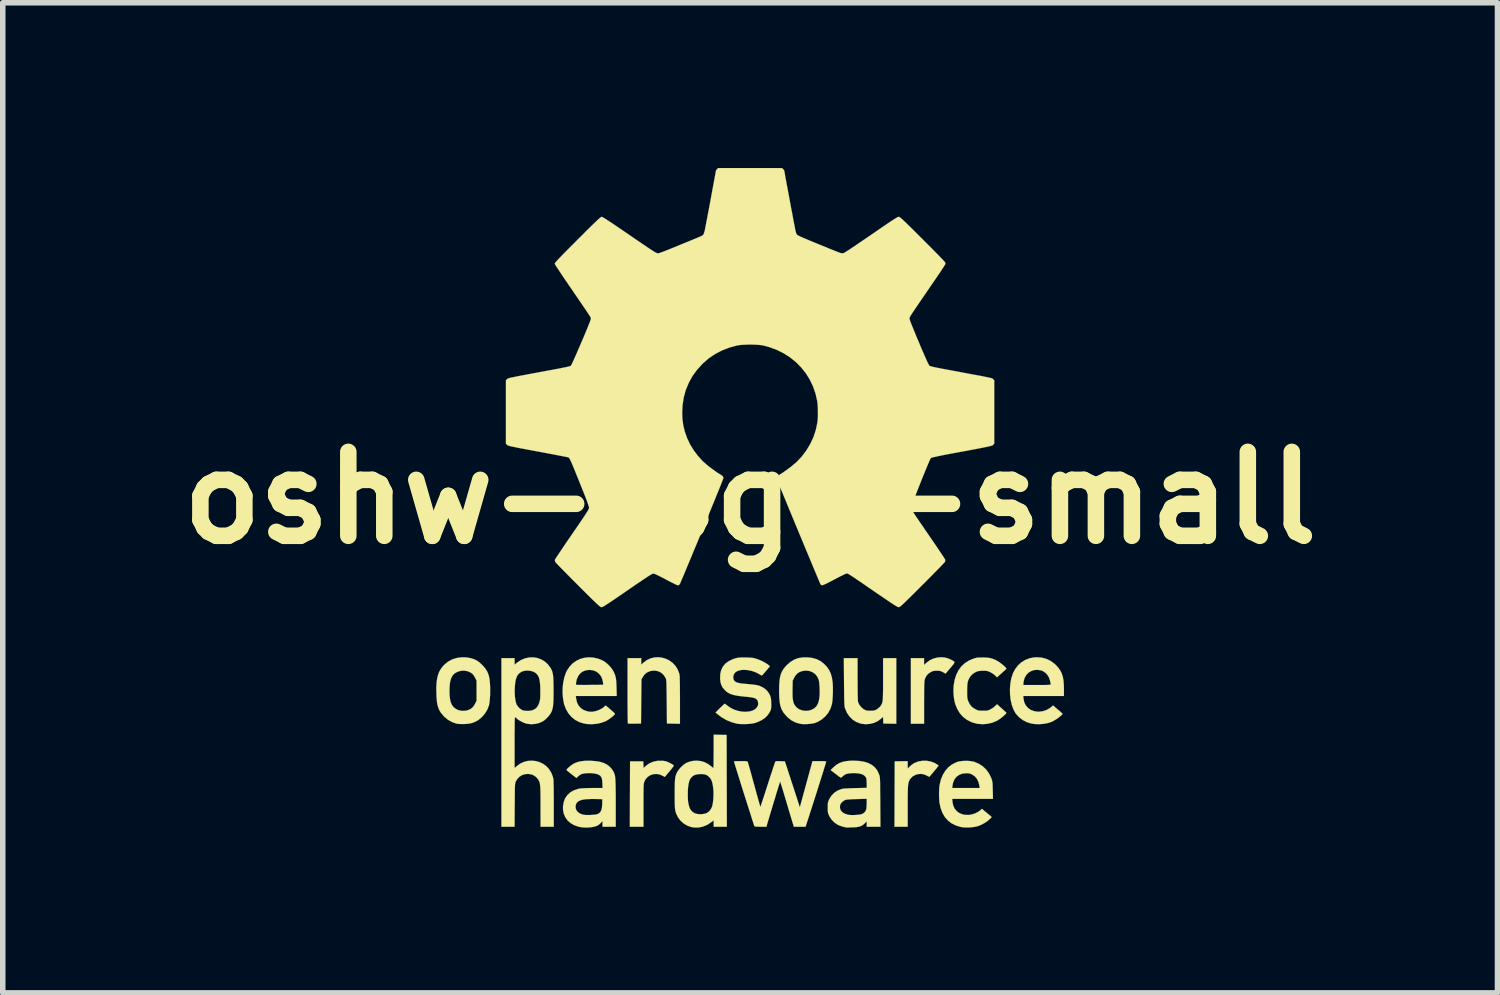
<source format=kicad_pcb>
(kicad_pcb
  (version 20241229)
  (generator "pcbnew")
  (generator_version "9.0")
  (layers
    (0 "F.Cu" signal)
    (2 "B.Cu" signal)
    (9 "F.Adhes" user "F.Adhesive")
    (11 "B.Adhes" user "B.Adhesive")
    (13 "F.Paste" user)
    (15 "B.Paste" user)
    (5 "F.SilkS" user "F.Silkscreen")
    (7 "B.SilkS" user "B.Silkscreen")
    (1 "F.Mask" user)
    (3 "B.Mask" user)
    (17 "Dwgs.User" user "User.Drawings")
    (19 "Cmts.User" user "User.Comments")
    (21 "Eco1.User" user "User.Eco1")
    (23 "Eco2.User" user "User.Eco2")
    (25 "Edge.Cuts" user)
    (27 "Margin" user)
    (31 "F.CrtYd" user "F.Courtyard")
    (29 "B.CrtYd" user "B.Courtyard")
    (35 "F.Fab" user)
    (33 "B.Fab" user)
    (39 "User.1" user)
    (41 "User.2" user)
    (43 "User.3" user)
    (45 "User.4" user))
  (footprint "oshw-logo-small"
    (layer "F.Cu")
    (at 10.566 5.987)
    (property "Reference" "oshw-logo-small" (at 0 0 0) (layer "F.SilkS") (effects (font (size 1.524 1.524) (thickness 0.3))))
    (attr through_hole)
    (fp_poly (pts (xy 3.529 2.898) (xy 3.586 2.912) (xy 3.644 2.937) (xy 3.677 2.954) (xy 3.699 2.967) (xy 3.709 2.98) (xy 3.707 2.996) (xy 3.694 3.018) (xy 3.67 3.047) (xy 3.656 3.064) (xy 3.629 3.096) (xy 3.603 3.126) (xy 3.582 3.151) (xy 3.571 3.165) (xy 3.549 3.191) (xy 3.5 3.164) (xy 3.472 3.15) (xy 3.448 3.142) (xy 3.421 3.138) (xy 3.389 3.138) (xy 3.353 3.139) (xy 3.325 3.143) (xy 3.299 3.153) (xy 3.279 3.163) (xy 3.23 3.196) (xy 3.194 3.241) (xy 3.171 3.295) (xy 3.167 3.308) (xy 3.165 3.328) (xy 3.163 3.363) (xy 3.161 3.414) (xy 3.16 3.479) (xy 3.159 3.558) (xy 3.159 3.65) (xy 3.158 3.725) (xy 3.158 4.101) (xy 2.919 4.101) (xy 2.919 2.91) (xy 3.158 2.91) (xy 3.158 3.034) (xy 3.196 2.998) (xy 3.256 2.952) (xy 3.325 2.919) (xy 3.401 2.899) (xy 3.469 2.894) (xy 3.529 2.898)) (stroke (width 0.003) (type solid)) (fill yes) (layer "F.SilkS"))
    (fp_poly (pts (xy -1.593 4.773) (xy -1.558 4.777) (xy -1.528 4.782) (xy -1.5 4.793) (xy -1.465 4.809) (xy -1.455 4.814) (xy -1.425 4.83) (xy -1.401 4.845) (xy -1.387 4.856) (xy -1.385 4.86) (xy -1.39 4.87) (xy -1.404 4.89) (xy -1.425 4.918) (xy -1.451 4.95) (xy -1.467 4.969) (xy -1.549 5.067) (xy -1.593 5.042) (xy -1.647 5.02) (xy -1.703 5.012) (xy -1.758 5.017) (xy -1.81 5.034) (xy -1.856 5.063) (xy -1.893 5.102) (xy -1.918 5.148) (xy -1.922 5.159) (xy -1.925 5.17) (xy -1.928 5.184) (xy -1.93 5.201) (xy -1.932 5.223) (xy -1.933 5.252) (xy -1.934 5.289) (xy -1.934 5.336) (xy -1.935 5.394) (xy -1.935 5.465) (xy -1.935 5.55) (xy -1.935 5.581) (xy -1.935 5.97) (xy -2.183 5.97) (xy -2.181 5.376) (xy -2.179 4.783) (xy -1.939 4.783) (xy -1.936 4.844) (xy -1.934 4.904) (xy -1.893 4.867) (xy -1.83 4.821) (xy -1.76 4.791) (xy -1.682 4.774) (xy -1.596 4.773) (xy -1.593 4.773)) (stroke (width 0.003) (type solid)) (fill yes) (layer "F.SilkS"))
    (fp_poly (pts (xy 3.206 4.773) (xy 3.281 4.787) (xy 3.351 4.814) (xy 3.378 4.829) (xy 3.4 4.844) (xy 3.416 4.854) (xy 3.422 4.858) (xy 3.418 4.865) (xy 3.405 4.882) (xy 3.385 4.908) (xy 3.359 4.939) (xy 3.344 4.958) (xy 3.315 4.992) (xy 3.29 5.022) (xy 3.271 5.045) (xy 3.259 5.059) (xy 3.257 5.062) (xy 3.248 5.062) (xy 3.23 5.054) (xy 3.21 5.043) (xy 3.159 5.02) (xy 3.104 5.011) (xy 3.048 5.015) (xy 2.995 5.032) (xy 2.947 5.06) (xy 2.909 5.099) (xy 2.906 5.104) (xy 2.896 5.119) (xy 2.887 5.135) (xy 2.88 5.153) (xy 2.875 5.174) (xy 2.87 5.2) (xy 2.867 5.232) (xy 2.864 5.272) (xy 2.863 5.322) (xy 2.862 5.382) (xy 2.861 5.456) (xy 2.861 5.543) (xy 2.861 5.599) (xy 2.861 5.97) (xy 2.621 5.97) (xy 2.625 4.783) (xy 2.861 4.779) (xy 2.861 4.914) (xy 2.905 4.872) (xy 2.932 4.848) (xy 2.961 4.827) (xy 2.983 4.813) (xy 3.053 4.786) (xy 3.129 4.773) (xy 3.206 4.773)) (stroke (width 0.003) (type solid)) (fill yes) (layer "F.SilkS"))
    (fp_poly (pts (xy -1.599 2.901) (xy -1.531 2.921) (xy -1.466 2.953) (xy -1.408 2.995) (xy -1.357 3.048) (xy -1.317 3.111) (xy -1.288 3.183) (xy -1.285 3.193) (xy -1.283 3.206) (xy -1.28 3.224) (xy -1.278 3.249) (xy -1.277 3.281) (xy -1.276 3.322) (xy -1.275 3.374) (xy -1.274 3.437) (xy -1.274 3.513) (xy -1.273 3.604) (xy -1.273 3.669) (xy -1.273 4.101) (xy -1.391 4.099) (xy -1.509 4.097) (xy -1.513 3.7) (xy -1.514 3.609) (xy -1.515 3.533) (xy -1.516 3.47) (xy -1.517 3.419) (xy -1.518 3.379) (xy -1.519 3.348) (xy -1.521 3.324) (xy -1.523 3.306) (xy -1.525 3.293) (xy -1.529 3.282) (xy -1.532 3.273) (xy -1.537 3.264) (xy -1.571 3.213) (xy -1.615 3.174) (xy -1.666 3.148) (xy -1.724 3.136) (xy -1.785 3.139) (xy -1.816 3.146) (xy -1.872 3.17) (xy -1.917 3.207) (xy -1.947 3.25) (xy -1.972 3.295) (xy -1.976 3.696) (xy -1.98 4.097) (xy -2.096 4.099) (xy -2.139 4.1) (xy -2.175 4.099) (xy -2.202 4.098) (xy -2.217 4.096) (xy -2.218 4.096) (xy -2.219 4.087) (xy -2.22 4.063) (xy -2.221 4.024) (xy -2.222 3.974) (xy -2.223 3.912) (xy -2.223 3.84) (xy -2.224 3.76) (xy -2.224 3.672) (xy -2.224 3.579) (xy -2.224 3.5) (xy -2.224 2.91) (xy -1.976 2.91) (xy -1.976 3.028) (xy -1.94 2.995) (xy -1.878 2.948) (xy -1.811 2.916) (xy -1.741 2.898) (xy -1.67 2.893) (xy -1.599 2.901)) (stroke (width 0.003) (type solid)) (fill yes) (layer "F.SilkS"))
    (fp_poly (pts (xy 1.951 3.293) (xy 1.952 3.387) (xy 1.952 3.471) (xy 1.953 3.544) (xy 1.954 3.605) (xy 1.956 3.653) (xy 1.957 3.686) (xy 1.96 3.704) (xy 1.96 3.706) (xy 1.981 3.754) (xy 2.015 3.798) (xy 2.057 3.834) (xy 2.067 3.84) (xy 2.092 3.853) (xy 2.113 3.86) (xy 2.137 3.864) (xy 2.169 3.865) (xy 2.183 3.865) (xy 2.22 3.865) (xy 2.246 3.862) (xy 2.268 3.856) (xy 2.291 3.845) (xy 2.297 3.841) (xy 2.326 3.821) (xy 2.353 3.797) (xy 2.365 3.783) (xy 2.376 3.768) (xy 2.385 3.753) (xy 2.393 3.738) (xy 2.399 3.719) (xy 2.404 3.697) (xy 2.408 3.669) (xy 2.41 3.634) (xy 2.412 3.59) (xy 2.413 3.535) (xy 2.414 3.469) (xy 2.414 3.39) (xy 2.414 3.296) (xy 2.414 3.289) (xy 2.414 2.91) (xy 2.654 2.91) (xy 2.654 4.101) (xy 2.536 4.099) (xy 2.418 4.097) (xy 2.416 4.036) (xy 2.414 3.976) (xy 2.377 4.009) (xy 2.319 4.052) (xy 2.251 4.084) (xy 2.177 4.103) (xy 2.101 4.109) (xy 2.025 4.102) (xy 2.002 4.096) (xy 1.928 4.068) (xy 1.862 4.026) (xy 1.806 3.971) (xy 1.76 3.905) (xy 1.726 3.827) (xy 1.723 3.82) (xy 1.72 3.808) (xy 1.717 3.795) (xy 1.715 3.779) (xy 1.713 3.757) (xy 1.711 3.73) (xy 1.71 3.695) (xy 1.709 3.651) (xy 1.708 3.596) (xy 1.707 3.53) (xy 1.706 3.45) (xy 1.705 3.354) (xy 1.705 3.342) (xy 1.702 2.91) (xy 1.951 2.91) (xy 1.951 3.293)) (stroke (width 0.003) (type solid)) (fill yes) (layer "F.SilkS"))
    (fp_poly (pts (xy -5.152 2.896) (xy -5.073 2.91) (xy -5.015 2.928) (xy -4.965 2.951) (xy -4.919 2.983) (xy -4.871 3.025) (xy -4.861 3.035) (xy -4.808 3.096) (xy -4.769 3.158) (xy -4.743 3.226) (xy -4.739 3.244) (xy -4.729 3.295) (xy -4.723 3.357) (xy -4.719 3.428) (xy -4.718 3.502) (xy -4.719 3.577) (xy -4.724 3.647) (xy -4.73 3.71) (xy -4.739 3.762) (xy -4.741 3.769) (xy -4.769 3.842) (xy -4.81 3.911) (xy -4.862 3.973) (xy -4.922 4.025) (xy -4.937 4.036) (xy -4.99 4.065) (xy -5.044 4.086) (xy -5.102 4.099) (xy -5.17 4.105) (xy -5.188 4.106) (xy -5.231 4.106) (xy -5.27 4.105) (xy -5.302 4.103) (xy -5.321 4.101) (xy -5.406 4.072) (xy -5.484 4.029) (xy -5.553 3.972) (xy -5.611 3.903) (xy -5.635 3.866) (xy -5.655 3.823) (xy -5.671 3.773) (xy -5.683 3.712) (xy -5.69 3.639) (xy -5.694 3.559) (xy -5.695 3.502) (xy -5.457 3.502) (xy -5.455 3.581) (xy -5.448 3.647) (xy -5.437 3.701) (xy -5.42 3.745) (xy -5.397 3.782) (xy -5.384 3.798) (xy -5.341 3.832) (xy -5.289 3.856) (xy -5.231 3.867) (xy -5.17 3.866) (xy -5.129 3.857) (xy -5.077 3.836) (xy -5.036 3.804) (xy -5.004 3.76) (xy -4.993 3.74) (xy -4.965 3.684) (xy -4.965 3.318) (xy -4.994 3.261) (xy -5.015 3.225) (xy -5.036 3.199) (xy -5.062 3.178) (xy -5.062 3.178) (xy -5.117 3.15) (xy -5.178 3.137) (xy -5.241 3.138) (xy -5.302 3.154) (xy -5.314 3.159) (xy -5.357 3.182) (xy -5.391 3.213) (xy -5.417 3.252) (xy -5.436 3.302) (xy -5.449 3.363) (xy -5.455 3.437) (xy -5.457 3.502) (xy -5.695 3.502) (xy -5.696 3.455) (xy -5.692 3.365) (xy -5.682 3.287) (xy -5.666 3.218) (xy -5.644 3.159) (xy -5.613 3.105) (xy -5.575 3.055) (xy -5.542 3.021) (xy -5.478 2.971) (xy -5.405 2.932) (xy -5.324 2.907) (xy -5.239 2.895) (xy -5.152 2.896)) (stroke (width 0.003) (type solid)) (fill yes) (layer "F.SilkS"))
    (fp_poly (pts (xy 4.005 4.779) (xy 4.062 4.79) (xy 4.072 4.793) (xy 4.152 4.827) (xy 4.224 4.874) (xy 4.286 4.933) (xy 4.337 5.004) (xy 4.376 5.083) (xy 4.38 5.094) (xy 4.388 5.117) (xy 4.394 5.139) (xy 4.398 5.161) (xy 4.401 5.189) (xy 4.403 5.224) (xy 4.404 5.271) (xy 4.405 5.31) (xy 4.409 5.465) (xy 3.669 5.465) (xy 3.674 5.519) (xy 3.687 5.586) (xy 3.714 5.643) (xy 3.753 5.689) (xy 3.804 5.725) (xy 3.866 5.748) (xy 3.896 5.754) (xy 3.963 5.757) (xy 4.032 5.746) (xy 4.098 5.723) (xy 4.157 5.689) (xy 4.178 5.672) (xy 4.209 5.645) (xy 4.264 5.692) (xy 4.295 5.717) (xy 4.325 5.742) (xy 4.35 5.763) (xy 4.353 5.766) (xy 4.386 5.795) (xy 4.357 5.825) (xy 4.315 5.863) (xy 4.262 5.899) (xy 4.204 5.931) (xy 4.148 5.955) (xy 4.14 5.958) (xy 4.086 5.971) (xy 4.023 5.98) (xy 3.957 5.984) (xy 3.893 5.983) (xy 3.838 5.977) (xy 3.824 5.974) (xy 3.735 5.947) (xy 3.657 5.908) (xy 3.591 5.857) (xy 3.536 5.795) (xy 3.493 5.721) (xy 3.46 5.634) (xy 3.439 5.54) (xy 3.434 5.5) (xy 3.432 5.45) (xy 3.43 5.393) (xy 3.431 5.336) (xy 3.433 5.282) (xy 3.434 5.267) (xy 3.669 5.267) (xy 4.169 5.267) (xy 4.163 5.228) (xy 4.146 5.159) (xy 4.118 5.101) (xy 4.079 5.055) (xy 4.029 5.022) (xy 4.028 5.021) (xy 3.999 5.008) (xy 3.971 5.001) (xy 3.939 4.999) (xy 3.919 4.999) (xy 3.853 5.006) (xy 3.796 5.028) (xy 3.748 5.062) (xy 3.711 5.108) (xy 3.686 5.166) (xy 3.674 5.222) (xy 3.669 5.267) (xy 3.434 5.267) (xy 3.437 5.237) (xy 3.439 5.217) (xy 3.463 5.117) (xy 3.498 5.03) (xy 3.544 4.954) (xy 3.6 4.89) (xy 3.667 4.839) (xy 3.743 4.801) (xy 3.76 4.794) (xy 3.812 4.782) (xy 3.874 4.775) (xy 3.94 4.774) (xy 4.005 4.779)) (stroke (width 0.003) (type solid)) (fill yes) (layer "F.SilkS"))
    (fp_poly (pts (xy -2.84 2.901) (xy -2.754 2.921) (xy -2.673 2.955) (xy -2.63 2.982) (xy -2.585 3.019) (xy -2.542 3.063) (xy -2.506 3.108) (xy -2.495 3.126) (xy -2.473 3.165) (xy -2.457 3.201) (xy -2.445 3.237) (xy -2.436 3.277) (xy -2.43 3.325) (xy -2.427 3.383) (xy -2.425 3.442) (xy -2.421 3.597) (xy -3.164 3.597) (xy -3.158 3.644) (xy -3.143 3.712) (xy -3.115 3.769) (xy -3.075 3.815) (xy -3.023 3.851) (xy -2.959 3.874) (xy -2.914 3.883) (xy -2.859 3.883) (xy -2.799 3.871) (xy -2.739 3.85) (xy -2.684 3.82) (xy -2.65 3.794) (xy -2.621 3.769) (xy -2.536 3.841) (xy -2.505 3.868) (xy -2.479 3.892) (xy -2.461 3.91) (xy -2.452 3.921) (xy -2.452 3.922) (xy -2.458 3.933) (xy -2.475 3.95) (xy -2.5 3.972) (xy -2.53 3.995) (xy -2.561 4.018) (xy -2.591 4.037) (xy -2.616 4.052) (xy -2.693 4.081) (xy -2.779 4.101) (xy -2.869 4.109) (xy -2.958 4.106) (xy -3.018 4.096) (xy -3.101 4.07) (xy -3.175 4.031) (xy -3.241 3.978) (xy -3.297 3.913) (xy -3.341 3.838) (xy -3.373 3.754) (xy -3.377 3.741) (xy -3.395 3.647) (xy -3.404 3.547) (xy -3.402 3.447) (xy -3.396 3.388) (xy -3.161 3.388) (xy -3.16 3.394) (xy -3.151 3.395) (xy -3.127 3.396) (xy -3.091 3.396) (xy -3.045 3.397) (xy -2.991 3.397) (xy -2.93 3.396) (xy -2.911 3.396) (xy -2.667 3.394) (xy -2.669 3.357) (xy -2.682 3.293) (xy -2.707 3.236) (xy -2.744 3.19) (xy -2.791 3.154) (xy -2.847 3.132) (xy -2.909 3.123) (xy -2.915 3.123) (xy -2.979 3.13) (xy -3.035 3.151) (xy -3.082 3.185) (xy -3.119 3.232) (xy -3.145 3.291) (xy -3.157 3.343) (xy -3.16 3.369) (xy -3.161 3.388) (xy -3.396 3.388) (xy -3.391 3.348) (xy -3.371 3.256) (xy -3.342 3.172) (xy -3.325 3.138) (xy -3.279 3.067) (xy -3.223 3.007) (xy -3.157 2.96) (xy -3.085 2.925) (xy -3.006 2.903) (xy -2.924 2.895) (xy -2.84 2.901)) (stroke (width 0.003) (type solid)) (fill yes) (layer "F.SilkS"))
    (fp_poly (pts (xy 1.133 2.907) (xy 1.209 2.929) (xy 1.278 2.964) (xy 1.34 3.012) (xy 1.353 3.024) (xy 1.401 3.077) (xy 1.438 3.132) (xy 1.465 3.193) (xy 1.485 3.262) (xy 1.497 3.34) (xy 1.501 3.39) (xy 1.503 3.449) (xy 1.503 3.514) (xy 1.501 3.579) (xy 1.498 3.642) (xy 1.493 3.697) (xy 1.486 3.74) (xy 1.485 3.747) (xy 1.459 3.827) (xy 1.419 3.901) (xy 1.366 3.966) (xy 1.303 4.022) (xy 1.23 4.065) (xy 1.182 4.085) (xy 1.145 4.094) (xy 1.097 4.101) (xy 1.043 4.106) (xy 0.989 4.108) (xy 0.941 4.106) (xy 0.905 4.101) (xy 0.826 4.078) (xy 0.756 4.042) (xy 0.691 3.993) (xy 0.655 3.956) (xy 0.618 3.914) (xy 0.589 3.87) (xy 0.566 3.823) (xy 0.549 3.77) (xy 0.538 3.709) (xy 0.531 3.637) (xy 0.527 3.553) (xy 0.527 3.549) (xy 0.77 3.549) (xy 0.771 3.608) (xy 0.775 3.655) (xy 0.782 3.693) (xy 0.791 3.725) (xy 0.805 3.754) (xy 0.814 3.769) (xy 0.849 3.81) (xy 0.894 3.84) (xy 0.947 3.859) (xy 1.004 3.867) (xy 1.063 3.863) (xy 1.12 3.846) (xy 1.12 3.846) (xy 1.168 3.819) (xy 1.204 3.784) (xy 1.23 3.739) (xy 1.249 3.682) (xy 1.257 3.633) (xy 1.262 3.586) (xy 1.263 3.532) (xy 1.263 3.474) (xy 1.26 3.417) (xy 1.256 3.365) (xy 1.25 3.322) (xy 1.245 3.301) (xy 1.22 3.246) (xy 1.183 3.2) (xy 1.136 3.166) (xy 1.082 3.144) (xy 1.021 3.136) (xy 0.957 3.142) (xy 0.9 3.16) (xy 0.855 3.19) (xy 0.818 3.233) (xy 0.802 3.261) (xy 0.773 3.318) (xy 0.77 3.477) (xy 0.77 3.549) (xy 0.527 3.549) (xy 0.527 3.502) (xy 0.528 3.41) (xy 0.533 3.333) (xy 0.542 3.268) (xy 0.555 3.211) (xy 0.574 3.162) (xy 0.6 3.117) (xy 0.632 3.074) (xy 0.669 3.034) (xy 0.733 2.978) (xy 0.801 2.937) (xy 0.874 2.91) (xy 0.955 2.897) (xy 1.045 2.896) (xy 1.133 2.907)) (stroke (width 0.003) (type solid)) (fill yes) (layer "F.SilkS"))
    (fp_poly (pts (xy 5.295 2.901) (xy 5.377 2.923) (xy 5.453 2.959) (xy 5.523 3.01) (xy 5.55 3.035) (xy 5.595 3.084) (xy 5.631 3.135) (xy 5.657 3.188) (xy 5.677 3.249) (xy 5.689 3.318) (xy 5.695 3.398) (xy 5.697 3.466) (xy 5.697 3.597) (xy 4.959 3.597) (xy 4.963 3.645) (xy 4.976 3.71) (xy 5.003 3.766) (xy 5.043 3.813) (xy 5.095 3.849) (xy 5.104 3.854) (xy 5.169 3.876) (xy 5.238 3.883) (xy 5.308 3.875) (xy 5.375 3.854) (xy 5.438 3.819) (xy 5.464 3.799) (xy 5.499 3.769) (xy 5.585 3.842) (xy 5.617 3.869) (xy 5.643 3.892) (xy 5.662 3.909) (xy 5.671 3.919) (xy 5.672 3.92) (xy 5.665 3.932) (xy 5.647 3.95) (xy 5.621 3.973) (xy 5.589 3.997) (xy 5.554 4.021) (xy 5.519 4.042) (xy 5.488 4.059) (xy 5.48 4.063) (xy 5.411 4.087) (xy 5.333 4.102) (xy 5.251 4.109) (xy 5.169 4.106) (xy 5.101 4.096) (xy 5.024 4.072) (xy 4.951 4.034) (xy 4.886 3.985) (xy 4.832 3.928) (xy 4.816 3.906) (xy 4.779 3.837) (xy 4.75 3.756) (xy 4.73 3.667) (xy 4.719 3.571) (xy 4.717 3.472) (xy 4.723 3.398) (xy 4.959 3.398) (xy 5.208 3.398) (xy 5.28 3.398) (xy 5.337 3.398) (xy 5.38 3.397) (xy 5.412 3.396) (xy 5.434 3.395) (xy 5.448 3.392) (xy 5.455 3.39) (xy 5.457 3.386) (xy 5.454 3.359) (xy 5.446 3.323) (xy 5.434 3.286) (xy 5.422 3.254) (xy 5.419 3.248) (xy 5.392 3.208) (xy 5.356 3.172) (xy 5.315 3.145) (xy 5.286 3.133) (xy 5.22 3.122) (xy 5.159 3.126) (xy 5.102 3.144) (xy 5.053 3.174) (xy 5.013 3.216) (xy 4.983 3.268) (xy 4.966 3.33) (xy 4.963 3.35) (xy 4.959 3.398) (xy 4.723 3.398) (xy 4.725 3.373) (xy 4.742 3.275) (xy 4.743 3.274) (xy 4.771 3.187) (xy 4.812 3.109) (xy 4.864 3.041) (xy 4.926 2.985) (xy 4.997 2.942) (xy 5.075 2.912) (xy 5.159 2.896) (xy 5.205 2.894) (xy 5.295 2.901)) (stroke (width 0.003) (type solid)) (fill yes) (layer "F.SilkS"))
    (fp_poly (pts (xy -0.426 4.304) (xy -0.424 5.137) (xy -0.422 5.97) (xy -0.661 5.97) (xy -0.661 5.854) (xy -0.704 5.887) (xy -0.776 5.935) (xy -0.852 5.967) (xy -0.931 5.984) (xy -1.012 5.985) (xy -1.071 5.975) (xy -1.143 5.949) (xy -1.208 5.909) (xy -1.265 5.858) (xy -1.31 5.797) (xy -1.343 5.728) (xy -1.358 5.676) (xy -1.362 5.65) (xy -1.365 5.608) (xy -1.367 5.551) (xy -1.368 5.479) (xy -1.368 5.425) (xy -1.131 5.425) (xy -1.127 5.507) (xy -1.115 5.574) (xy -1.098 5.629) (xy -1.073 5.672) (xy -1.041 5.705) (xy -1.001 5.727) (xy -0.977 5.735) (xy -0.936 5.742) (xy -0.888 5.743) (xy -0.841 5.738) (xy -0.801 5.728) (xy -0.787 5.723) (xy -0.747 5.694) (xy -0.714 5.654) (xy -0.69 5.607) (xy -0.69 5.606) (xy -0.68 5.565) (xy -0.672 5.511) (xy -0.666 5.449) (xy -0.664 5.384) (xy -0.665 5.32) (xy -0.668 5.284) (xy -0.677 5.213) (xy -0.69 5.156) (xy -0.709 5.111) (xy -0.734 5.075) (xy -0.767 5.046) (xy -0.794 5.03) (xy -0.826 5.019) (xy -0.869 5.014) (xy -0.915 5.014) (xy -0.961 5.019) (xy -1.001 5.03) (xy -1.012 5.034) (xy -1.047 5.056) (xy -1.074 5.084) (xy -1.096 5.119) (xy -1.111 5.165) (xy -1.122 5.222) (xy -1.129 5.292) (xy -1.13 5.33) (xy -1.131 5.425) (xy -1.368 5.425) (xy -1.368 5.391) (xy -1.368 5.37) (xy -1.368 5.289) (xy -1.367 5.221) (xy -1.366 5.166) (xy -1.363 5.122) (xy -1.359 5.085) (xy -1.353 5.055) (xy -1.345 5.028) (xy -1.335 5.003) (xy -1.323 4.978) (xy -1.317 4.968) (xy -1.295 4.936) (xy -1.264 4.899) (xy -1.228 4.864) (xy -1.191 4.833) (xy -1.16 4.813) (xy -1.098 4.789) (xy -1.028 4.774) (xy -0.971 4.771) (xy -0.896 4.778) (xy -0.826 4.799) (xy -0.758 4.835) (xy -0.71 4.871) (xy -0.688 4.888) (xy -0.673 4.9) (xy -0.666 4.903) (xy -0.665 4.895) (xy -0.664 4.872) (xy -0.663 4.837) (xy -0.663 4.79) (xy -0.662 4.735) (xy -0.662 4.671) (xy -0.661 4.603) (xy -0.661 4.299) (xy -0.426 4.304)) (stroke (width 0.003) (type solid)) (fill yes) (layer "F.SilkS"))
    (fp_poly (pts (xy 4.291 2.9) (xy 4.35 2.907) (xy 4.402 2.921) (xy 4.453 2.942) (xy 4.497 2.966) (xy 4.523 2.983) (xy 4.552 3.004) (xy 4.582 3.028) (xy 4.61 3.052) (xy 4.633 3.074) (xy 4.648 3.091) (xy 4.653 3.101) (xy 4.653 3.101) (xy 4.647 3.108) (xy 4.63 3.125) (xy 4.605 3.147) (xy 4.575 3.175) (xy 4.566 3.183) (xy 4.482 3.258) (xy 4.448 3.224) (xy 4.422 3.202) (xy 4.388 3.18) (xy 4.359 3.164) (xy 4.328 3.15) (xy 4.303 3.143) (xy 4.276 3.139) (xy 4.24 3.138) (xy 4.233 3.138) (xy 4.196 3.139) (xy 4.16 3.143) (xy 4.133 3.147) (xy 4.129 3.148) (xy 4.081 3.17) (xy 4.035 3.202) (xy 3.999 3.24) (xy 3.994 3.248) (xy 3.975 3.28) (xy 3.96 3.311) (xy 3.95 3.347) (xy 3.944 3.388) (xy 3.941 3.44) (xy 3.94 3.504) (xy 3.94 3.51) (xy 3.94 3.561) (xy 3.941 3.6) (xy 3.943 3.628) (xy 3.947 3.65) (xy 3.952 3.67) (xy 3.959 3.69) (xy 3.959 3.69) (xy 3.986 3.745) (xy 4.018 3.787) (xy 4.06 3.82) (xy 4.088 3.836) (xy 4.115 3.85) (xy 4.137 3.858) (xy 4.159 3.863) (xy 4.186 3.865) (xy 4.224 3.865) (xy 4.228 3.865) (xy 4.269 3.865) (xy 4.298 3.863) (xy 4.32 3.858) (xy 4.342 3.85) (xy 4.358 3.843) (xy 4.392 3.823) (xy 4.426 3.799) (xy 4.444 3.783) (xy 4.483 3.747) (xy 4.567 3.822) (xy 4.598 3.85) (xy 4.624 3.874) (xy 4.643 3.892) (xy 4.653 3.902) (xy 4.653 3.903) (xy 4.649 3.912) (xy 4.634 3.929) (xy 4.611 3.95) (xy 4.583 3.975) (xy 4.552 3.999) (xy 4.522 4.021) (xy 4.494 4.039) (xy 4.482 4.046) (xy 4.399 4.081) (xy 4.31 4.102) (xy 4.219 4.109) (xy 4.129 4.102) (xy 4.105 4.097) (xy 4.015 4.07) (xy 3.936 4.029) (xy 3.866 3.976) (xy 3.808 3.911) (xy 3.761 3.833) (xy 3.724 3.743) (xy 3.722 3.735) (xy 3.705 3.664) (xy 3.695 3.583) (xy 3.691 3.499) (xy 3.695 3.417) (xy 3.695 3.411) (xy 3.713 3.306) (xy 3.743 3.211) (xy 3.784 3.129) (xy 3.837 3.058) (xy 3.901 2.999) (xy 3.977 2.952) (xy 4.048 2.922) (xy 4.078 2.912) (xy 4.104 2.905) (xy 4.131 2.901) (xy 4.165 2.899) (xy 4.209 2.899) (xy 4.221 2.898) (xy 4.291 2.9)) (stroke (width 0.003) (type solid)) (fill yes) (layer "F.SilkS"))
    (fp_poly (pts (xy -2.89 4.773) (xy -2.799 4.78) (xy -2.721 4.793) (xy -2.655 4.814) (xy -2.599 4.842) (xy -2.551 4.879) (xy -2.535 4.895) (xy -2.512 4.922) (xy -2.491 4.951) (xy -2.481 4.969) (xy -2.472 4.987) (xy -2.465 5.005) (xy -2.458 5.024) (xy -2.453 5.047) (xy -2.449 5.074) (xy -2.446 5.108) (xy -2.444 5.148) (xy -2.442 5.198) (xy -2.441 5.258) (xy -2.44 5.329) (xy -2.439 5.414) (xy -2.439 5.514) (xy -2.439 5.542) (xy -2.439 5.97) (xy -2.679 5.97) (xy -2.679 5.868) (xy -2.712 5.902) (xy -2.735 5.924) (xy -2.758 5.942) (xy -2.769 5.949) (xy -2.815 5.966) (xy -2.872 5.978) (xy -2.936 5.984) (xy -3.002 5.985) (xy -3.066 5.979) (xy -3.116 5.969) (xy -3.193 5.942) (xy -3.26 5.903) (xy -3.314 5.854) (xy -3.355 5.797) (xy -3.383 5.73) (xy -3.396 5.657) (xy -3.396 5.627) (xy -3.168 5.627) (xy -3.155 5.668) (xy -3.128 5.703) (xy -3.089 5.731) (xy -3.038 5.75) (xy -3.017 5.754) (xy -2.984 5.757) (xy -2.941 5.758) (xy -2.893 5.757) (xy -2.846 5.754) (xy -2.806 5.75) (xy -2.785 5.746) (xy -2.748 5.731) (xy -2.72 5.707) (xy -2.701 5.671) (xy -2.689 5.624) (xy -2.684 5.563) (xy -2.684 5.549) (xy -2.683 5.469) (xy -2.807 5.467) (xy -2.895 5.467) (xy -2.969 5.47) (xy -3.029 5.477) (xy -3.076 5.489) (xy -3.112 5.505) (xy -3.139 5.526) (xy -3.156 5.552) (xy -3.166 5.582) (xy -3.168 5.627) (xy -3.396 5.627) (xy -3.396 5.598) (xy -3.383 5.522) (xy -3.357 5.454) (xy -3.317 5.396) (xy -3.265 5.348) (xy -3.202 5.311) (xy -3.128 5.285) (xy -3.074 5.275) (xy -3.047 5.273) (xy -3.006 5.271) (xy -2.957 5.269) (xy -2.903 5.268) (xy -2.847 5.267) (xy -2.845 5.267) (xy -2.677 5.267) (xy -2.681 5.182) (xy -2.684 5.131) (xy -2.691 5.093) (xy -2.703 5.066) (xy -2.72 5.045) (xy -2.744 5.028) (xy -2.745 5.028) (xy -2.783 5.013) (xy -2.832 5.003) (xy -2.889 4.997) (xy -2.947 4.997) (xy -3.004 5.002) (xy -3.054 5.012) (xy -3.054 5.012) (xy -3.08 5.025) (xy -3.108 5.044) (xy -3.119 5.054) (xy -3.151 5.086) (xy -3.241 5.017) (xy -3.274 4.991) (xy -3.302 4.969) (xy -3.322 4.951) (xy -3.332 4.941) (xy -3.332 4.939) (xy -3.326 4.927) (xy -3.309 4.908) (xy -3.284 4.886) (xy -3.256 4.862) (xy -3.226 4.841) (xy -3.199 4.824) (xy -3.194 4.822) (xy -3.138 4.798) (xy -3.076 4.783) (xy -3.006 4.774) (xy -2.924 4.772) (xy -2.89 4.773)) (stroke (width 0.003) (type solid)) (fill yes) (layer "F.SilkS"))
    (fp_poly (pts (xy -0.034 2.899) (xy 0.014 2.902) (xy 0.053 2.906) (xy 0.086 2.913) (xy 0.087 2.914) (xy 0.131 2.928) (xy 0.181 2.947) (xy 0.231 2.97) (xy 0.276 2.995) (xy 0.313 3.018) (xy 0.327 3.029) (xy 0.36 3.057) (xy 0.323 3.102) (xy 0.286 3.146) (xy 0.258 3.178) (xy 0.239 3.201) (xy 0.225 3.215) (xy 0.216 3.223) (xy 0.212 3.225) (xy 0.201 3.22) (xy 0.181 3.21) (xy 0.166 3.2) (xy 0.101 3.166) (xy 0.028 3.141) (xy -0.048 3.126) (xy -0.121 3.122) (xy -0.165 3.126) (xy -0.221 3.14) (xy -0.263 3.163) (xy -0.29 3.195) (xy -0.304 3.235) (xy -0.306 3.257) (xy -0.302 3.292) (xy -0.288 3.319) (xy -0.264 3.34) (xy -0.228 3.356) (xy -0.178 3.367) (xy -0.122 3.374) (xy -0.047 3.38) (xy 0.013 3.386) (xy 0.06 3.391) (xy 0.098 3.396) (xy 0.127 3.401) (xy 0.151 3.407) (xy 0.17 3.413) (xy 0.176 3.415) (xy 0.242 3.447) (xy 0.295 3.488) (xy 0.326 3.525) (xy 0.35 3.562) (xy 0.366 3.597) (xy 0.376 3.633) (xy 0.382 3.675) (xy 0.384 3.729) (xy 0.384 3.737) (xy 0.384 3.779) (xy 0.383 3.81) (xy 0.379 3.832) (xy 0.374 3.852) (xy 0.364 3.873) (xy 0.36 3.882) (xy 0.322 3.942) (xy 0.271 3.994) (xy 0.206 4.038) (xy 0.127 4.073) (xy 0.095 4.085) (xy 0.053 4.094) (xy 0.000094 4.102) (xy -0.06 4.106) (xy -0.121 4.107) (xy -0.18 4.106) (xy -0.23 4.101) (xy -0.248 4.097) (xy -0.341 4.071) (xy -0.433 4.032) (xy -0.518 3.983) (xy -0.58 3.936) (xy -0.627 3.897) (xy -0.547 3.817) (xy -0.517 3.788) (xy -0.492 3.764) (xy -0.472 3.746) (xy -0.462 3.738) (xy -0.461 3.737) (xy -0.452 3.742) (xy -0.434 3.755) (xy -0.41 3.773) (xy -0.407 3.776) (xy -0.353 3.813) (xy -0.294 3.843) (xy -0.231 3.864) (xy -0.168 3.878) (xy -0.105 3.884) (xy -0.045 3.882) (xy 0.011 3.873) (xy 0.059 3.856) (xy 0.099 3.831) (xy 0.128 3.799) (xy 0.145 3.76) (xy 0.146 3.756) (xy 0.146 3.718) (xy 0.14 3.692) (xy 0.13 3.671) (xy 0.117 3.655) (xy 0.097 3.642) (xy 0.068 3.631) (xy 0.029 3.623) (xy -0.022 3.616) (xy -0.087 3.609) (xy -0.091 3.609) (xy -0.174 3.6) (xy -0.244 3.59) (xy -0.301 3.578) (xy -0.348 3.563) (xy -0.388 3.545) (xy -0.423 3.522) (xy -0.454 3.494) (xy -0.458 3.49) (xy -0.496 3.446) (xy -0.521 3.4) (xy -0.537 3.348) (xy -0.544 3.287) (xy -0.544 3.281) (xy -0.541 3.2) (xy -0.525 3.128) (xy -0.495 3.066) (xy -0.451 3.012) (xy -0.393 2.968) (xy -0.322 2.933) (xy -0.289 2.921) (xy -0.26 2.912) (xy -0.235 2.906) (xy -0.21 2.902) (xy -0.181 2.899) (xy -0.144 2.898) (xy -0.095 2.898) (xy -0.034 2.899)) (stroke (width 0.003) (type solid)) (fill yes) (layer "F.SilkS"))
    (fp_poly (pts (xy 1.977 4.776) (xy 2.067 4.79) (xy 2.145 4.814) (xy 2.211 4.849) (xy 2.265 4.893) (xy 2.308 4.948) (xy 2.339 5.015) (xy 2.341 5.02) (xy 2.345 5.031) (xy 2.349 5.043) (xy 2.352 5.056) (xy 2.354 5.071) (xy 2.356 5.09) (xy 2.358 5.115) (xy 2.359 5.147) (xy 2.36 5.188) (xy 2.361 5.238) (xy 2.361 5.299) (xy 2.362 5.374) (xy 2.363 5.462) (xy 2.363 5.521) (xy 2.366 5.97) (xy 2.117 5.97) (xy 2.117 5.873) (xy 2.076 5.913) (xy 2.047 5.938) (xy 2.016 5.956) (xy 1.98 5.968) (xy 1.936 5.977) (xy 1.88 5.981) (xy 1.848 5.982) (xy 1.808 5.983) (xy 1.772 5.983) (xy 1.746 5.983) (xy 1.732 5.981) (xy 1.688 5.97) (xy 1.654 5.96) (xy 1.627 5.95) (xy 1.599 5.938) (xy 1.593 5.935) (xy 1.535 5.897) (xy 1.484 5.847) (xy 1.444 5.788) (xy 1.436 5.773) (xy 1.425 5.748) (xy 1.417 5.727) (xy 1.413 5.705) (xy 1.41 5.679) (xy 1.41 5.642) (xy 1.41 5.63) (xy 1.631 5.63) (xy 1.645 5.671) (xy 1.673 5.705) (xy 1.714 5.732) (xy 1.766 5.75) (xy 1.79 5.755) (xy 1.825 5.758) (xy 1.869 5.759) (xy 1.918 5.757) (xy 1.965 5.753) (xy 2.005 5.747) (xy 2.016 5.745) (xy 2.057 5.727) (xy 2.088 5.698) (xy 2.107 5.66) (xy 2.108 5.659) (xy 2.112 5.636) (xy 2.115 5.603) (xy 2.116 5.564) (xy 2.117 5.545) (xy 2.117 5.463) (xy 1.941 5.468) (xy 1.885 5.469) (xy 1.833 5.472) (xy 1.789 5.475) (xy 1.755 5.478) (xy 1.734 5.482) (xy 1.732 5.482) (xy 1.698 5.499) (xy 1.667 5.525) (xy 1.643 5.556) (xy 1.633 5.584) (xy 1.631 5.63) (xy 1.41 5.63) (xy 1.41 5.622) (xy 1.41 5.58) (xy 1.411 5.55) (xy 1.415 5.527) (xy 1.421 5.506) (xy 1.431 5.483) (xy 1.436 5.472) (xy 1.475 5.409) (xy 1.526 5.356) (xy 1.587 5.315) (xy 1.658 5.287) (xy 1.671 5.283) (xy 1.689 5.28) (xy 1.722 5.277) (xy 1.765 5.275) (xy 1.816 5.272) (xy 1.873 5.27) (xy 1.912 5.269) (xy 2.117 5.265) (xy 2.117 5.18) (xy 2.116 5.14) (xy 2.114 5.113) (xy 2.111 5.093) (xy 2.104 5.078) (xy 2.098 5.068) (xy 2.077 5.045) (xy 2.052 5.026) (xy 2.048 5.024) (xy 2.007 5.01) (xy 1.955 5.001) (xy 1.896 4.997) (xy 1.836 4.998) (xy 1.778 5.005) (xy 1.749 5.012) (xy 1.721 5.024) (xy 1.693 5.045) (xy 1.684 5.053) (xy 1.665 5.069) (xy 1.649 5.079) (xy 1.643 5.079) (xy 1.633 5.072) (xy 1.613 5.058) (xy 1.586 5.037) (xy 1.553 5.012) (xy 1.548 5.008) (xy 1.462 4.942) (xy 1.51 4.894) (xy 1.561 4.85) (xy 1.618 4.816) (xy 1.682 4.792) (xy 1.756 4.778) (xy 1.843 4.771) (xy 1.873 4.771) (xy 1.977 4.776)) (stroke (width 0.003) (type solid)) (fill yes) (layer "F.SilkS"))
    (fp_poly (pts (xy 1.305 4.779) (xy 1.34 4.78) (xy 1.362 4.782) (xy 1.374 4.784) (xy 1.38 4.788) (xy 1.381 4.792) (xy 1.378 4.801) (xy 1.371 4.825) (xy 1.36 4.861) (xy 1.345 4.909) (xy 1.328 4.966) (xy 1.307 5.032) (xy 1.284 5.104) (xy 1.26 5.182) (xy 1.234 5.263) (xy 1.208 5.347) (xy 1.181 5.431) (xy 1.154 5.515) (xy 1.128 5.596) (xy 1.103 5.674) (xy 1.08 5.746) (xy 1.059 5.812) (xy 1.04 5.869) (xy 1.032 5.893) (xy 1.007 5.97) (xy 0.795 5.97) (xy 0.771 5.893) (xy 0.763 5.868) (xy 0.752 5.83) (xy 0.737 5.78) (xy 0.719 5.721) (xy 0.699 5.654) (xy 0.678 5.583) (xy 0.656 5.509) (xy 0.649 5.484) (xy 0.627 5.413) (xy 0.608 5.347) (xy 0.59 5.288) (xy 0.574 5.238) (xy 0.561 5.197) (xy 0.552 5.169) (xy 0.546 5.153) (xy 0.545 5.151) (xy 0.542 5.159) (xy 0.535 5.18) (xy 0.524 5.214) (xy 0.51 5.259) (xy 0.494 5.312) (xy 0.475 5.372) (xy 0.456 5.437) (xy 0.435 5.505) (xy 0.414 5.574) (xy 0.393 5.644) (xy 0.373 5.711) (xy 0.354 5.774) (xy 0.337 5.832) (xy 0.322 5.881) (xy 0.31 5.922) (xy 0.304 5.943) (xy 0.297 5.97) (xy 0.19 5.97) (xy 0.141 5.969) (xy 0.108 5.968) (xy 0.088 5.965) (xy 0.079 5.96) (xy 0.078 5.959) (xy 0.072 5.942) (xy 0.062 5.912) (xy 0.048 5.869) (xy 0.031 5.817) (xy 0.012 5.755) (xy -0.01 5.686) (xy -0.034 5.611) (xy -0.059 5.532) (xy -0.085 5.45) (xy -0.112 5.367) (xy -0.138 5.284) (xy -0.164 5.202) (xy -0.188 5.123) (xy -0.211 5.05) (xy -0.232 4.982) (xy -0.251 4.922) (xy -0.267 4.871) (xy -0.279 4.83) (xy -0.288 4.802) (xy -0.292 4.787) (xy -0.292 4.785) (xy -0.283 4.783) (xy -0.26 4.781) (xy -0.227 4.78) (xy -0.187 4.779) (xy -0.169 4.779) (xy -0.122 4.779) (xy -0.089 4.78) (xy -0.067 4.782) (xy -0.053 4.785) (xy -0.046 4.789) (xy -0.043 4.794) (xy -0.039 4.804) (xy -0.032 4.829) (xy -0.021 4.867) (xy -0.007 4.916) (xy 0.01 4.975) (xy 0.028 5.042) (xy 0.048 5.115) (xy 0.07 5.193) (xy 0.075 5.211) (xy 0.096 5.29) (xy 0.116 5.363) (xy 0.135 5.43) (xy 0.151 5.488) (xy 0.165 5.537) (xy 0.176 5.575) (xy 0.183 5.6) (xy 0.187 5.611) (xy 0.187 5.612) (xy 0.19 5.604) (xy 0.197 5.581) (xy 0.209 5.546) (xy 0.224 5.5) (xy 0.243 5.444) (xy 0.264 5.379) (xy 0.287 5.308) (xy 0.312 5.231) (xy 0.319 5.209) (xy 0.344 5.13) (xy 0.368 5.056) (xy 0.391 4.989) (xy 0.41 4.928) (xy 0.427 4.877) (xy 0.441 4.837) (xy 0.45 4.809) (xy 0.456 4.794) (xy 0.456 4.793) (xy 0.462 4.786) (xy 0.471 4.782) (xy 0.489 4.78) (xy 0.517 4.78) (xy 0.548 4.781) (xy 0.631 4.783) (xy 0.675 4.915) (xy 0.688 4.956) (xy 0.705 5.009) (xy 0.726 5.072) (xy 0.748 5.141) (xy 0.772 5.214) (xy 0.796 5.288) (xy 0.811 5.333) (xy 0.903 5.618) (xy 1.009 5.23) (xy 1.031 5.151) (xy 1.051 5.077) (xy 1.07 5.008) (xy 1.086 4.947) (xy 1.101 4.895) (xy 1.112 4.854) (xy 1.12 4.825) (xy 1.124 4.81) (xy 1.124 4.81) (xy 1.133 4.779) (xy 1.257 4.779) (xy 1.305 4.779)) (stroke (width 0.003) (type solid)) (fill yes) (layer "F.SilkS"))
    (fp_poly (pts (xy -3.864 2.907) (xy -3.794 2.932) (xy -3.729 2.97) (xy -3.672 3.021) (xy -3.624 3.085) (xy -3.619 3.093) (xy -3.605 3.119) (xy -3.594 3.145) (xy -3.586 3.175) (xy -3.579 3.21) (xy -3.574 3.252) (xy -3.571 3.304) (xy -3.569 3.367) (xy -3.568 3.443) (xy -3.568 3.493) (xy -3.568 3.578) (xy -3.569 3.648) (xy -3.571 3.706) (xy -3.575 3.753) (xy -3.579 3.792) (xy -3.586 3.825) (xy -3.594 3.854) (xy -3.604 3.881) (xy -3.608 3.89) (xy -3.631 3.929) (xy -3.664 3.97) (xy -3.702 4.01) (xy -3.743 4.044) (xy -3.763 4.057) (xy -3.828 4.087) (xy -3.9 4.104) (xy -3.975 4.109) (xy -4.048 4.101) (xy -4.078 4.093) (xy -4.108 4.082) (xy -4.142 4.066) (xy -4.176 4.047) (xy -4.206 4.029) (xy -4.228 4.012) (xy -4.237 4.003) (xy -4.248 3.992) (xy -4.259 3.985) (xy -4.262 3.984) (xy -4.265 3.984) (xy -4.267 3.987) (xy -4.269 3.995) (xy -4.271 4.008) (xy -4.272 4.028) (xy -4.273 4.056) (xy -4.274 4.094) (xy -4.274 4.142) (xy -4.274 4.202) (xy -4.275 4.274) (xy -4.275 4.362) (xy -4.275 4.44) (xy -4.275 4.904) (xy -4.235 4.87) (xy -4.172 4.824) (xy -4.104 4.793) (xy -4.032 4.775) (xy -3.958 4.771) (xy -3.886 4.779) (xy -3.816 4.8) (xy -3.75 4.833) (xy -3.692 4.878) (xy -3.643 4.934) (xy -3.61 4.988) (xy -3.595 5.025) (xy -3.581 5.064) (xy -3.573 5.097) (xy -3.572 5.097) (xy -3.57 5.118) (xy -3.568 5.154) (xy -3.567 5.205) (xy -3.565 5.269) (xy -3.565 5.347) (xy -3.564 5.435) (xy -3.564 5.535) (xy -3.564 5.558) (xy -3.564 5.97) (xy -3.803 5.97) (xy -3.804 5.604) (xy -3.804 5.508) (xy -3.804 5.427) (xy -3.805 5.359) (xy -3.806 5.304) (xy -3.808 5.258) (xy -3.811 5.222) (xy -3.815 5.193) (xy -3.82 5.169) (xy -3.826 5.15) (xy -3.834 5.133) (xy -3.843 5.117) (xy -3.847 5.11) (xy -3.886 5.066) (xy -3.935 5.034) (xy -3.966 5.022) (xy -4.027 5.011) (xy -4.087 5.016) (xy -4.142 5.034) (xy -4.19 5.065) (xy -4.229 5.107) (xy -4.251 5.145) (xy -4.256 5.155) (xy -4.259 5.165) (xy -4.262 5.177) (xy -4.265 5.191) (xy -4.267 5.209) (xy -4.268 5.233) (xy -4.27 5.265) (xy -4.271 5.306) (xy -4.271 5.357) (xy -4.272 5.42) (xy -4.272 5.497) (xy -4.273 5.579) (xy -4.275 5.97) (xy -4.514 5.97) (xy -4.514 3.534) (xy -4.273 3.534) (xy -4.269 3.609) (xy -4.26 3.676) (xy -4.247 3.73) (xy -4.24 3.748) (xy -4.218 3.784) (xy -4.188 3.817) (xy -4.153 3.844) (xy -4.119 3.86) (xy -4.069 3.867) (xy -4.013 3.867) (xy -3.961 3.859) (xy -3.953 3.857) (xy -3.906 3.835) (xy -3.869 3.802) (xy -3.841 3.756) (xy -3.827 3.719) (xy -3.82 3.695) (xy -3.815 3.673) (xy -3.811 3.649) (xy -3.809 3.619) (xy -3.808 3.58) (xy -3.808 3.529) (xy -3.808 3.506) (xy -3.809 3.424) (xy -3.814 3.358) (xy -3.822 3.303) (xy -3.834 3.259) (xy -3.852 3.224) (xy -3.874 3.196) (xy -3.903 3.172) (xy -3.906 3.17) (xy -3.946 3.15) (xy -3.996 3.139) (xy -4.05 3.135) (xy -4.101 3.141) (xy -4.145 3.155) (xy -4.145 3.155) (xy -4.182 3.178) (xy -4.212 3.207) (xy -4.234 3.244) (xy -4.251 3.291) (xy -4.263 3.349) (xy -4.27 3.421) (xy -4.272 3.452) (xy -4.273 3.534) (xy -4.514 3.534) (xy -4.514 2.91) (xy -4.275 2.91) (xy -4.275 3.027) (xy -4.232 2.993) (xy -4.162 2.946) (xy -4.088 2.915) (xy -4.012 2.898) (xy -3.937 2.895) (xy -3.864 2.907)) (stroke (width 0.003) (type solid)) (fill yes) (layer "F.SilkS"))
    (fp_poly (pts (xy 0.6 -5.966) (xy 0.614 -5.95) (xy 0.62 -5.939) (xy 0.62 -5.938) (xy 0.622 -5.929) (xy 0.626 -5.905) (xy 0.633 -5.868) (xy 0.641 -5.819) (xy 0.652 -5.761) (xy 0.664 -5.695) (xy 0.678 -5.623) (xy 0.692 -5.546) (xy 0.707 -5.466) (xy 0.722 -5.384) (xy 0.737 -5.302) (xy 0.752 -5.223) (xy 0.767 -5.147) (xy 0.78 -5.075) (xy 0.792 -5.011) (xy 0.803 -4.955) (xy 0.812 -4.909) (xy 0.818 -4.875) (xy 0.822 -4.855) (xy 0.823 -4.853) (xy 0.831 -4.822) (xy 0.84 -4.795) (xy 0.849 -4.779) (xy 0.85 -4.778) (xy 0.863 -4.768) (xy 0.888 -4.755) (xy 0.92 -4.739) (xy 0.943 -4.729) (xy 0.975 -4.715) (xy 1.018 -4.697) (xy 1.07 -4.675) (xy 1.128 -4.651) (xy 1.191 -4.625) (xy 1.256 -4.598) (xy 1.323 -4.571) (xy 1.388 -4.545) (xy 1.45 -4.519) (xy 1.507 -4.496) (xy 1.557 -4.476) (xy 1.598 -4.46) (xy 1.628 -4.449) (xy 1.646 -4.442) (xy 1.648 -4.442) (xy 1.681 -4.439) (xy 1.701 -4.444) (xy 1.711 -4.45) (xy 1.728 -4.459) (xy 1.75 -4.473) (xy 1.78 -4.492) (xy 1.818 -4.517) (xy 1.864 -4.548) (xy 1.92 -4.585) (xy 1.985 -4.63) (xy 2.062 -4.682) (xy 2.15 -4.742) (xy 2.251 -4.811) (xy 2.323 -4.861) (xy 2.406 -4.918) (xy 2.477 -4.966) (xy 2.536 -5.006) (xy 2.585 -5.038) (xy 2.624 -5.063) (xy 2.653 -5.081) (xy 2.675 -5.093) (xy 2.69 -5.1) (xy 2.698 -5.101) (xy 2.704 -5.1) (xy 2.712 -5.096) (xy 2.723 -5.089) (xy 2.738 -5.077) (xy 2.758 -5.06) (xy 2.783 -5.037) (xy 2.815 -5.007) (xy 2.853 -4.97) (xy 2.9 -4.924) (xy 2.956 -4.869) (xy 3.021 -4.804) (xy 3.097 -4.728) (xy 3.119 -4.707) (xy 3.186 -4.639) (xy 3.251 -4.575) (xy 3.311 -4.514) (xy 3.366 -4.458) (xy 3.415 -4.408) (xy 3.456 -4.366) (xy 3.49 -4.331) (xy 3.514 -4.305) (xy 3.528 -4.29) (xy 3.531 -4.286) (xy 3.542 -4.266) (xy 3.547 -4.25) (xy 3.547 -4.248) (xy 3.543 -4.239) (xy 3.529 -4.218) (xy 3.509 -4.186) (xy 3.481 -4.144) (xy 3.448 -4.093) (xy 3.409 -4.036) (xy 3.366 -3.973) (xy 3.32 -3.905) (xy 3.3 -3.877) (xy 3.229 -3.773) (xy 3.167 -3.682) (xy 3.112 -3.603) (xy 3.066 -3.534) (xy 3.026 -3.476) (xy 2.993 -3.427) (xy 2.966 -3.387) (xy 2.944 -3.354) (xy 2.927 -3.327) (xy 2.914 -3.307) (xy 2.905 -3.291) (xy 2.899 -3.278) (xy 2.895 -3.269) (xy 2.894 -3.262) (xy 2.894 -3.256) (xy 2.894 -3.251) (xy 2.895 -3.245) (xy 2.896 -3.242) (xy 2.9 -3.227) (xy 2.909 -3.2) (xy 2.924 -3.161) (xy 2.944 -3.112) (xy 2.967 -3.055) (xy 2.993 -2.992) (xy 3.02 -2.925) (xy 3.05 -2.855) (xy 3.08 -2.784) (xy 3.109 -2.714) (xy 3.138 -2.648) (xy 3.165 -2.585) (xy 3.19 -2.53) (xy 3.211 -2.482) (xy 3.229 -2.445) (xy 3.242 -2.419) (xy 3.248 -2.407) (xy 3.252 -2.403) (xy 3.255 -2.399) (xy 3.26 -2.396) (xy 3.268 -2.392) (xy 3.279 -2.388) (xy 3.295 -2.383) (xy 3.317 -2.378) (xy 3.345 -2.372) (xy 3.382 -2.364) (xy 3.427 -2.355) (xy 3.483 -2.344) (xy 3.55 -2.332) (xy 3.629 -2.317) (xy 3.722 -2.3) (xy 3.829 -2.28) (xy 3.907 -2.265) (xy 4.008 -2.246) (xy 4.095 -2.23) (xy 4.168 -2.217) (xy 4.228 -2.205) (xy 4.277 -2.195) (xy 4.316 -2.187) (xy 4.346 -2.18) (xy 4.369 -2.175) (xy 4.386 -2.17) (xy 4.397 -2.165) (xy 4.405 -2.161) (xy 4.411 -2.156) (xy 4.413 -2.154) (xy 4.432 -2.132) (xy 4.432 -1.559) (xy 4.432 -0.985) (xy 4.413 -0.963) (xy 4.409 -0.959) (xy 4.403 -0.955) (xy 4.394 -0.951) (xy 4.382 -0.946) (xy 4.364 -0.941) (xy 4.34 -0.935) (xy 4.309 -0.928) (xy 4.269 -0.92) (xy 4.219 -0.91) (xy 4.159 -0.898) (xy 4.086 -0.884) (xy 4 -0.868) (xy 3.899 -0.849) (xy 3.846 -0.839) (xy 3.732 -0.818) (xy 3.634 -0.8) (xy 3.55 -0.784) (xy 3.48 -0.77) (xy 3.422 -0.758) (xy 3.376 -0.748) (xy 3.34 -0.74) (xy 3.313 -0.734) (xy 3.295 -0.728) (xy 3.284 -0.724) (xy 3.281 -0.722) (xy 3.274 -0.71) (xy 3.262 -0.685) (xy 3.246 -0.648) (xy 3.225 -0.6) (xy 3.202 -0.544) (xy 3.176 -0.481) (xy 3.148 -0.413) (xy 3.119 -0.341) (xy 3.09 -0.268) (xy 3.061 -0.195) (xy 3.033 -0.124) (xy 3.007 -0.056) (xy 2.983 0.006) (xy 2.963 0.061) (xy 2.946 0.108) (xy 2.933 0.145) (xy 2.925 0.169) (xy 2.924 0.178) (xy 2.924 0.185) (xy 2.926 0.194) (xy 2.93 0.205) (xy 2.937 0.22) (xy 2.948 0.239) (xy 2.963 0.263) (xy 2.983 0.294) (xy 3.008 0.333) (xy 3.04 0.38) (xy 3.079 0.437) (xy 3.125 0.504) (xy 3.179 0.584) (xy 3.23 0.658) (xy 3.283 0.735) (xy 3.333 0.808) (xy 3.38 0.877) (xy 3.422 0.94) (xy 3.459 0.995) (xy 3.491 1.042) (xy 3.515 1.079) (xy 3.532 1.106) (xy 3.541 1.12) (xy 3.542 1.122) (xy 3.542 1.144) (xy 3.536 1.163) (xy 3.528 1.173) (xy 3.509 1.193) (xy 3.481 1.223) (xy 3.444 1.262) (xy 3.399 1.308) (xy 3.347 1.36) (xy 3.29 1.419) (xy 3.228 1.481) (xy 3.162 1.548) (xy 3.124 1.585) (xy 3.045 1.664) (xy 2.977 1.732) (xy 2.919 1.789) (xy 2.87 1.837) (xy 2.829 1.877) (xy 2.796 1.909) (xy 2.769 1.934) (xy 2.748 1.953) (xy 2.731 1.967) (xy 2.719 1.976) (xy 2.709 1.981) (xy 2.702 1.984) (xy 2.698 1.984) (xy 2.689 1.983) (xy 2.675 1.977) (xy 2.656 1.966) (xy 2.629 1.951) (xy 2.595 1.929) (xy 2.551 1.9) (xy 2.498 1.864) (xy 2.433 1.82) (xy 2.356 1.768) (xy 2.338 1.756) (xy 2.238 1.687) (xy 2.15 1.627) (xy 2.075 1.575) (xy 2.01 1.53) (xy 1.955 1.493) (xy 1.909 1.462) (xy 1.872 1.437) (xy 1.841 1.417) (xy 1.817 1.402) (xy 1.799 1.39) (xy 1.785 1.382) (xy 1.774 1.377) (xy 1.767 1.374) (xy 1.761 1.373) (xy 1.756 1.373) (xy 1.755 1.373) (xy 1.742 1.376) (xy 1.716 1.387) (xy 1.679 1.405) (xy 1.634 1.427) (xy 1.581 1.454) (xy 1.533 1.48) (xy 1.479 1.508) (xy 1.429 1.534) (xy 1.386 1.556) (xy 1.35 1.572) (xy 1.324 1.583) (xy 1.311 1.587) (xy 1.311 1.587) (xy 1.289 1.58) (xy 1.278 1.569) (xy 1.274 1.56) (xy 1.264 1.537) (xy 1.249 1.5) (xy 1.228 1.452) (xy 1.204 1.393) (xy 1.175 1.325) (xy 1.143 1.248) (xy 1.108 1.163) (xy 1.07 1.072) (xy 1.03 0.977) (xy 0.988 0.877) (xy 0.946 0.774) (xy 0.902 0.67) (xy 0.859 0.565) (xy 0.815 0.46) (xy 0.773 0.357) (xy 0.731 0.257) (xy 0.692 0.161) (xy 0.654 0.07) (xy 0.619 -0.015) (xy 0.587 -0.093) (xy 0.558 -0.162) (xy 0.534 -0.222) (xy 0.514 -0.271) (xy 0.498 -0.308) (xy 0.489 -0.332) (xy 0.485 -0.341) (xy 0.484 -0.363) (xy 0.496 -0.386) (xy 0.522 -0.41) (xy 0.551 -0.43) (xy 0.574 -0.444) (xy 0.594 -0.457) (xy 0.616 -0.472) (xy 0.64 -0.49) (xy 0.672 -0.512) (xy 0.712 -0.542) (xy 0.742 -0.564) (xy 0.846 -0.652) (xy 0.94 -0.751) (xy 1.022 -0.861) (xy 1.093 -0.979) (xy 1.151 -1.104) (xy 1.194 -1.235) (xy 1.222 -1.368) (xy 1.223 -1.377) (xy 1.228 -1.424) (xy 1.231 -1.482) (xy 1.231 -1.547) (xy 1.23 -1.612) (xy 1.227 -1.674) (xy 1.223 -1.727) (xy 1.22 -1.749) (xy 1.189 -1.888) (xy 1.144 -2.02) (xy 1.085 -2.144) (xy 1.013 -2.26) (xy 0.928 -2.367) (xy 0.832 -2.464) (xy 0.725 -2.55) (xy 0.608 -2.625) (xy 0.481 -2.688) (xy 0.347 -2.737) (xy 0.232 -2.767) (xy 0.185 -2.774) (xy 0.127 -2.779) (xy 0.061 -2.782) (xy -0.009 -2.783) (xy -0.079 -2.781) (xy -0.143 -2.778) (xy -0.199 -2.772) (xy -0.232 -2.767) (xy -0.375 -2.728) (xy -0.51 -2.676) (xy -0.636 -2.61) (xy -0.753 -2.531) (xy -0.859 -2.438) (xy -0.866 -2.431) (xy -0.964 -2.323) (xy -1.047 -2.209) (xy -1.114 -2.087) (xy -1.167 -1.959) (xy -1.204 -1.824) (xy -1.226 -1.684) (xy -1.233 -1.546) (xy -1.228 -1.425) (xy -1.212 -1.312) (xy -1.185 -1.201) (xy -1.145 -1.089) (xy -1.144 -1.085) (xy -1.091 -0.973) (xy -1.024 -0.863) (xy -0.945 -0.759) (xy -0.858 -0.663) (xy -0.763 -0.581) (xy -0.744 -0.566) (xy -0.693 -0.528) (xy -0.653 -0.499) (xy -0.622 -0.476) (xy -0.597 -0.459) (xy -0.575 -0.445) (xy -0.556 -0.433) (xy -0.551 -0.43) (xy -0.518 -0.41) (xy -0.498 -0.394) (xy -0.488 -0.377) (xy -0.485 -0.358) (xy -0.485 -0.357) (xy -0.488 -0.347) (xy -0.498 -0.323) (xy -0.512 -0.286) (xy -0.531 -0.237) (xy -0.555 -0.178) (xy -0.583 -0.109) (xy -0.615 -0.031) (xy -0.649 0.054) (xy -0.687 0.146) (xy -0.726 0.242) (xy -0.767 0.343) (xy -0.81 0.446) (xy -0.853 0.551) (xy -0.896 0.656) (xy -0.939 0.761) (xy -0.982 0.865) (xy -1.024 0.965) (xy -1.064 1.062) (xy -1.102 1.154) (xy -1.138 1.239) (xy -1.17 1.317) (xy -1.199 1.387) (xy -1.225 1.447) (xy -1.246 1.496) (xy -1.262 1.534) (xy -1.273 1.559) (xy -1.278 1.569) (xy -1.296 1.584) (xy -1.31 1.587) (xy -1.323 1.584) (xy -1.348 1.573) (xy -1.383 1.556) (xy -1.426 1.535) (xy -1.475 1.51) (xy -1.523 1.484) (xy -1.576 1.456) (xy -1.625 1.431) (xy -1.669 1.409) (xy -1.705 1.392) (xy -1.731 1.38) (xy -1.743 1.376) (xy -1.749 1.375) (xy -1.755 1.374) (xy -1.762 1.375) (xy -1.771 1.378) (xy -1.783 1.384) (xy -1.799 1.392) (xy -1.819 1.405) (xy -1.845 1.421) (xy -1.878 1.443) (xy -1.919 1.47) (xy -1.968 1.503) (xy -2.026 1.542) (xy -2.095 1.589) (xy -2.175 1.644) (xy -2.268 1.708) (xy -2.317 1.742) (xy -2.399 1.798) (xy -2.468 1.845) (xy -2.526 1.884) (xy -2.573 1.915) (xy -2.612 1.94) (xy -2.641 1.959) (xy -2.664 1.972) (xy -2.681 1.98) (xy -2.692 1.984) (xy -2.697 1.984) (xy -2.703 1.984) (xy -2.711 1.981) (xy -2.721 1.975) (xy -2.733 1.965) (xy -2.75 1.951) (xy -2.772 1.931) (xy -2.799 1.906) (xy -2.833 1.873) (xy -2.875 1.833) (xy -2.925 1.783) (xy -2.984 1.725) (xy -3.053 1.656) (xy -3.124 1.585) (xy -3.191 1.518) (xy -3.256 1.453) (xy -3.316 1.392) (xy -3.371 1.336) (xy -3.42 1.286) (xy -3.461 1.244) (xy -3.495 1.209) (xy -3.519 1.183) (xy -3.533 1.167) (xy -3.536 1.163) (xy -3.543 1.139) (xy -3.542 1.122) (xy -3.537 1.112) (xy -3.522 1.09) (xy -3.5 1.056) (xy -3.471 1.013) (xy -3.436 0.961) (xy -3.396 0.901) (xy -3.351 0.834) (xy -3.302 0.762) (xy -3.249 0.686) (xy -3.23 0.657) (xy -3.168 0.568) (xy -3.115 0.491) (xy -3.071 0.425) (xy -3.033 0.37) (xy -3.003 0.324) (xy -2.979 0.287) (xy -2.96 0.257) (xy -2.945 0.234) (xy -2.935 0.216) (xy -2.929 0.202) (xy -2.925 0.191) (xy -2.923 0.183) (xy -2.923 0.178) (xy -2.926 0.164) (xy -2.933 0.139) (xy -2.945 0.102) (xy -2.963 0.054) (xy -2.986 -0.008) (xy -3.015 -0.082) (xy -3.051 -0.171) (xy -3.083 -0.252) (xy -3.122 -0.349) (xy -3.156 -0.432) (xy -3.184 -0.502) (xy -3.208 -0.56) (xy -3.228 -0.607) (xy -3.244 -0.645) (xy -3.258 -0.674) (xy -3.269 -0.696) (xy -3.277 -0.712) (xy -3.285 -0.722) (xy -3.291 -0.729) (xy -3.297 -0.733) (xy -3.301 -0.735) (xy -3.312 -0.738) (xy -3.338 -0.743) (xy -3.378 -0.751) (xy -3.429 -0.761) (xy -3.492 -0.773) (xy -3.563 -0.787) (xy -3.642 -0.802) (xy -3.728 -0.818) (xy -3.819 -0.835) (xy -3.857 -0.842) (xy -3.964 -0.862) (xy -4.056 -0.879) (xy -4.134 -0.894) (xy -4.199 -0.906) (xy -4.253 -0.917) (xy -4.296 -0.926) (xy -4.33 -0.933) (xy -4.357 -0.939) (xy -4.377 -0.945) (xy -4.391 -0.949) (xy -4.401 -0.954) (xy -4.407 -0.958) (xy -4.412 -0.962) (xy -4.413 -0.963) (xy -4.432 -0.985) (xy -4.432 -2.132) (xy -4.413 -2.153) (xy -4.409 -2.158) (xy -4.402 -2.162) (xy -4.393 -2.167) (xy -4.379 -2.171) (xy -4.36 -2.177) (xy -4.334 -2.183) (xy -4.299 -2.19) (xy -4.256 -2.199) (xy -4.202 -2.21) (xy -4.136 -2.222) (xy -4.057 -2.237) (xy -3.964 -2.255) (xy -3.907 -2.265) (xy -3.79 -2.287) (xy -3.688 -2.306) (xy -3.6 -2.322) (xy -3.525 -2.336) (xy -3.462 -2.348) (xy -3.41 -2.359) (xy -3.367 -2.367) (xy -3.334 -2.374) (xy -3.308 -2.38) (xy -3.288 -2.385) (xy -3.274 -2.389) (xy -3.264 -2.393) (xy -3.257 -2.397) (xy -3.253 -2.4) (xy -3.25 -2.404) (xy -3.249 -2.405) (xy -3.242 -2.417) (xy -3.23 -2.442) (xy -3.212 -2.48) (xy -3.191 -2.527) (xy -3.166 -2.582) (xy -3.139 -2.644) (xy -3.111 -2.71) (xy -3.081 -2.779) (xy -3.051 -2.849) (xy -3.021 -2.918) (xy -2.993 -2.985) (xy -2.967 -3.047) (xy -2.944 -3.104) (xy -2.925 -3.152) (xy -2.909 -3.191) (xy -2.899 -3.218) (xy -2.899 -3.219) (xy -2.891 -3.244) (xy -2.89 -3.26) (xy -2.895 -3.275) (xy -2.899 -3.285) (xy -2.906 -3.296) (xy -2.922 -3.32) (xy -2.945 -3.355) (xy -2.975 -3.4) (xy -3.011 -3.453) (xy -3.053 -3.515) (xy -3.099 -3.582) (xy -3.149 -3.655) (xy -3.202 -3.732) (xy -3.227 -3.77) (xy -3.281 -3.848) (xy -3.332 -3.923) (xy -3.379 -3.992) (xy -3.422 -4.056) (xy -3.459 -4.113) (xy -3.491 -4.161) (xy -3.517 -4.2) (xy -3.534 -4.228) (xy -3.544 -4.245) (xy -3.545 -4.248) (xy -3.545 -4.253) (xy -3.541 -4.261) (xy -3.534 -4.272) (xy -3.522 -4.287) (xy -3.504 -4.306) (xy -3.481 -4.332) (xy -3.45 -4.364) (xy -3.412 -4.403) (xy -3.366 -4.451) (xy -3.31 -4.507) (xy -3.244 -4.573) (xy -3.168 -4.649) (xy -3.133 -4.685) (xy -3.05 -4.767) (xy -2.979 -4.839) (xy -2.917 -4.9) (xy -2.865 -4.951) (xy -2.821 -4.993) (xy -2.785 -5.028) (xy -2.757 -5.054) (xy -2.734 -5.074) (xy -2.717 -5.088) (xy -2.705 -5.097) (xy -2.697 -5.101) (xy -2.695 -5.101) (xy -2.684 -5.098) (xy -2.662 -5.086) (xy -2.629 -5.066) (xy -2.585 -5.037) (xy -2.528 -5) (xy -2.459 -4.954) (xy -2.378 -4.899) (xy -2.284 -4.835) (xy -2.231 -4.799) (xy -2.134 -4.732) (xy -2.049 -4.674) (xy -1.976 -4.624) (xy -1.913 -4.582) (xy -1.861 -4.546) (xy -1.817 -4.517) (xy -1.781 -4.494) (xy -1.752 -4.475) (xy -1.73 -4.461) (xy -1.712 -4.452) (xy -1.698 -4.445) (xy -1.688 -4.441) (xy -1.68 -4.439) (xy -1.673 -4.438) (xy -1.671 -4.438) (xy -1.662 -4.439) (xy -1.648 -4.443) (xy -1.628 -4.45) (xy -1.6 -4.46) (xy -1.565 -4.473) (xy -1.519 -4.491) (xy -1.464 -4.513) (xy -1.397 -4.54) (xy -1.317 -4.573) (xy -1.224 -4.611) (xy -1.17 -4.633) (xy -1.094 -4.664) (xy -1.032 -4.69) (xy -0.982 -4.71) (xy -0.943 -4.727) (xy -0.913 -4.74) (xy -0.891 -4.749) (xy -0.876 -4.757) (xy -0.865 -4.763) (xy -0.858 -4.768) (xy -0.853 -4.773) (xy -0.85 -4.776) (xy -0.842 -4.791) (xy -0.833 -4.818) (xy -0.823 -4.852) (xy -0.818 -4.875) (xy -0.814 -4.898) (xy -0.807 -4.934) (xy -0.798 -4.982) (xy -0.787 -5.039) (xy -0.774 -5.105) (xy -0.761 -5.177) (xy -0.746 -5.253) (xy -0.731 -5.333) (xy -0.716 -5.414) (xy -0.701 -5.495) (xy -0.687 -5.574) (xy -0.673 -5.649) (xy -0.66 -5.719) (xy -0.648 -5.783) (xy -0.638 -5.837) (xy -0.63 -5.882) (xy -0.624 -5.914) (xy -0.621 -5.934) (xy -0.62 -5.938) (xy -0.615 -5.948) (xy -0.602 -5.964) (xy -0.6 -5.966) (xy -0.58 -5.986) (xy 0.58 -5.986) (xy 0.6 -5.966)) (stroke (width 0.003) (type solid)) (fill yes) (layer "F.SilkS")))
  (gr_rect
    (start -3 -3)
    (end 24.133 14.974)
    (stroke (width 0.1) (type default))
    (fill no)
    (layer "Edge.Cuts")))
</source>
